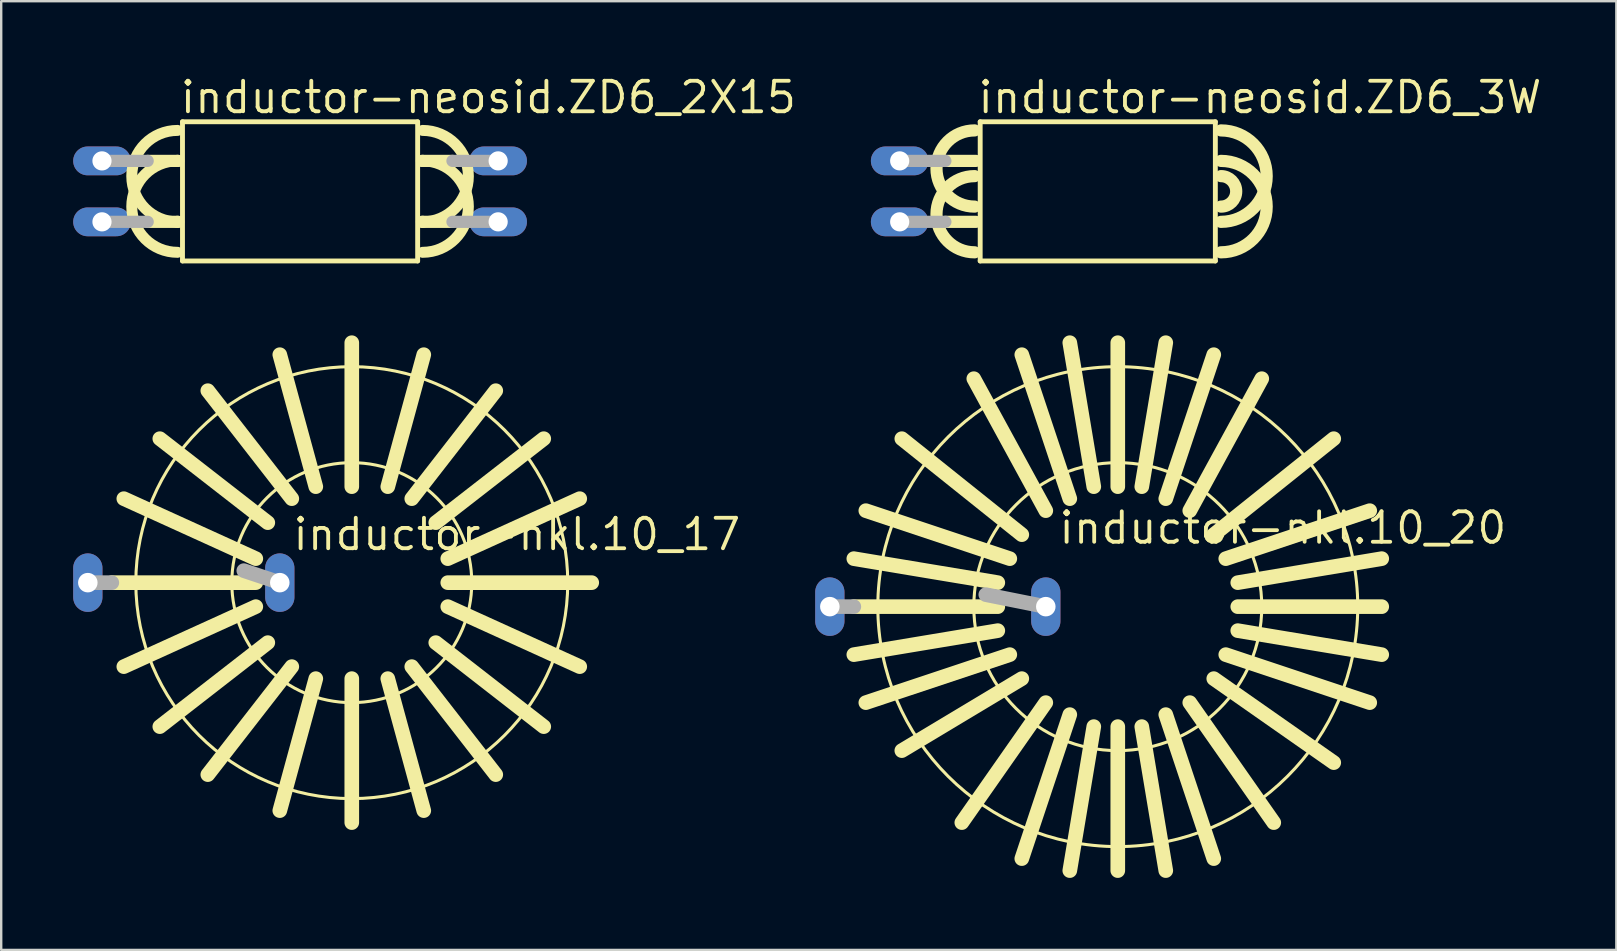
<source format=kicad_pcb>
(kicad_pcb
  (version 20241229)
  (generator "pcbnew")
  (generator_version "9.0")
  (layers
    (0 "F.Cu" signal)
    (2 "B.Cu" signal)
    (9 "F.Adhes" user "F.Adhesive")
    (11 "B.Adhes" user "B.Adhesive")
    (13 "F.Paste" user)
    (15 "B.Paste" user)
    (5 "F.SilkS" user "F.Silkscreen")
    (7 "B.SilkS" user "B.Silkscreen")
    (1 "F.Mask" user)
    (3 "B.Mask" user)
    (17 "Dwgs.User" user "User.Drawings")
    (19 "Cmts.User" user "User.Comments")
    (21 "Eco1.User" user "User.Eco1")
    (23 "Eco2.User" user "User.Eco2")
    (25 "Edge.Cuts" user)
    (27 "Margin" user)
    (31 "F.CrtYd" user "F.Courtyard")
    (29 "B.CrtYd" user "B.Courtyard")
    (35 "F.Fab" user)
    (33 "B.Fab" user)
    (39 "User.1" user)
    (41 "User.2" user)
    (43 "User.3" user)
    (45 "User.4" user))
  (footprint "inductor-neosid.ZD6_3W"
    (layer "F.Cu")
    (at 42.698 4.925)
    (property "Reference" "inductor-neosid.ZD6_3W" (at -5.08 -3.175 0) (layer "F.SilkS") (effects (font (size 1.27 1.27) (thickness 0.16)) (justify left bottom)))
    (attr through_hole)
    (fp_line (start -5.08 -1.27) (end -6.35 -1.27) (stroke (width 0.508) (type default)) (layer "F.SilkS"))
    (fp_line (start -5.08 1.27) (end -6.35 1.27) (stroke (width 0.508) (type default)) (layer "F.SilkS"))
    (fp_line (start -4.9 -2.9) (end -4.9 2.9) (stroke (width 0.203) (type default)) (layer "F.SilkS"))
    (fp_line (start -4.9 2.9) (end 4.9 2.9) (stroke (width 0.203) (type default)) (layer "F.SilkS"))
    (fp_line (start 4.9 -2.9) (end -4.9 -2.9) (stroke (width 0.203) (type default)) (layer "F.SilkS"))
    (fp_line (start 4.9 2.9) (end 4.9 -2.9) (stroke (width 0.203) (type default)) (layer "F.SilkS"))
    (fp_arc (start -5.134 0.635) (mid -6.7215 -0.9525) (end -5.134 -2.54) (stroke (width 0.508) (type default)) (layer "F.SilkS"))
    (fp_arc (start -5.134 2.54) (mid -6.7215 0.9525) (end -5.134 -0.635) (stroke (width 0.508) (type default)) (layer "F.SilkS"))
    (fp_arc (start 5.134 -2.54) (mid 7.039 -0.635) (end 5.134 1.27) (stroke (width 0.508) (type default)) (layer "F.SilkS"))
    (fp_arc (start 5.134 -1.27) (mid 7.039 0.635) (end 5.134 2.54) (stroke (width 0.508) (type default)) (layer "F.SilkS"))
    (fp_arc (start 5.134 -0.635) (mid 5.769 0) (end 5.134 0.635) (stroke (width 0.508) (type default)) (layer "F.SilkS"))
    (fp_line (start -8.255 -1.27) (end -6.35 -1.27) (stroke (width 0.508) (type default)) (layer "F.Fab"))
    (fp_line (start -6.35 1.27) (end -8.255 1.27) (stroke (width 0.508) (type default)) (layer "F.Fab"))
    (pad "1" thru_hole oval (at -8.255 -1.27) (size 2.4 1.2) (drill 0.8) (layers "*.Cu" "*.Mask"))
    (pad "2" thru_hole oval (at -8.255 1.27) (size 2.4 1.2) (drill 0.8) (layers "*.Cu" "*.Mask")))
  (footprint "inductor-neosid.ZD6_2X15"
    (layer "F.Cu")
    (at 9.455 4.925)
    (property "Reference" "inductor-neosid.ZD6_2X15" (at -5.08 -3.175 0) (layer "F.SilkS") (effects (font (size 1.27 1.27) (thickness 0.16)) (justify left bottom)))
    (attr through_hole)
    (fp_line (start -5.109 -1.27) (end -6.35 -1.27) (stroke (width 0.508) (type default)) (layer "F.SilkS"))
    (fp_line (start -5.109 1.27) (end -6.35 1.27) (stroke (width 0.508) (type default)) (layer "F.SilkS"))
    (fp_line (start -5.08 -1.27) (end -5.109 -1.27) (stroke (width 0.508) (type default)) (layer "F.SilkS"))
    (fp_line (start -5.08 1.27) (end -5.109 1.27) (stroke (width 0.508) (type default)) (layer "F.SilkS"))
    (fp_line (start -4.9 -2.9) (end -4.9 2.9) (stroke (width 0.203) (type default)) (layer "F.SilkS"))
    (fp_line (start -4.9 2.9) (end 4.9 2.9) (stroke (width 0.203) (type default)) (layer "F.SilkS"))
    (fp_line (start 4.9 -2.9) (end -4.9 -2.9) (stroke (width 0.203) (type default)) (layer "F.SilkS"))
    (fp_line (start 4.9 2.9) (end 4.9 -2.9) (stroke (width 0.203) (type default)) (layer "F.SilkS"))
    (fp_line (start 5.08 -1.27) (end 5.109 -1.27) (stroke (width 0.508) (type default)) (layer "F.SilkS"))
    (fp_line (start 5.08 1.27) (end 5.109 1.27) (stroke (width 0.508) (type default)) (layer "F.SilkS"))
    (fp_line (start 5.109 -1.27) (end 6.35 -1.27) (stroke (width 0.508) (type default)) (layer "F.SilkS"))
    (fp_line (start 5.109 1.27) (end 6.35 1.27) (stroke (width 0.508) (type default)) (layer "F.SilkS"))
    (fp_arc (start -5.1086 1.27) (mid -7.0136 -0.635) (end -5.1086 -2.54) (stroke (width 0.4572) (type default)) (layer "F.SilkS"))
    (fp_arc (start -5.1086 2.54) (mid -7.0136 0.635) (end -5.1086 -1.27) (stroke (width 0.4572) (type default)) (layer "F.SilkS"))
    (fp_arc (start 5.1086 -2.54) (mid 7.0136 -0.635) (end 5.1086 1.27) (stroke (width 0.4572) (type default)) (layer "F.SilkS"))
    (fp_arc (start 5.1086 -1.27) (mid 7.0136 0.635) (end 5.1086 2.54) (stroke (width 0.4572) (type default)) (layer "F.SilkS"))
    (fp_line (start -8.255 -1.27) (end -6.35 -1.27) (stroke (width 0.508) (type default)) (layer "F.Fab"))
    (fp_line (start -6.35 1.27) (end -8.255 1.27) (stroke (width 0.508) (type default)) (layer "F.Fab"))
    (fp_line (start 6.35 -1.27) (end 8.255 -1.27) (stroke (width 0.508) (type default)) (layer "F.Fab"))
    (fp_line (start 8.255 1.27) (end 6.35 1.27) (stroke (width 0.508) (type default)) (layer "F.Fab"))
    (pad "1" thru_hole oval (at -8.255 -1.27) (size 2.4 1.2) (drill 0.8) (layers "*.Cu" "*.Mask"))
    (pad "2" thru_hole oval (at -8.255 1.27) (size 2.4 1.2) (drill 0.8) (layers "*.Cu" "*.Mask"))
    (pad "3" thru_hole oval (at 8.255 1.27) (size 2.4 1.2) (drill 0.8) (layers "*.Cu" "*.Mask"))
    (pad "4" thru_hole oval (at 8.255 -1.27) (size 2.4 1.2) (drill 0.8) (layers "*.Cu" "*.Mask")))
  (footprint "inductor-nkl.10_17"
    (layer "F.Cu")
    (at 11.61 21.231)
    (property "Reference" "inductor-nkl.10_17" (at -2.54 -1.27 0) (layer "F.SilkS") (effects (font (size 1.27 1.27) (thickness 0.16)) (justify left bottom)))
    (attr through_hole)
    (fp_line (start -10 0) (end -4 0) (stroke (width 0.61) (type default)) (layer "F.SilkS"))
    (fp_line (start -4 -1) (end -9.5 -3.5) (stroke (width 0.61) (type default)) (layer "F.SilkS"))
    (fp_line (start -4 1) (end -9.5 3.5) (stroke (width 0.61) (type default)) (layer "F.SilkS"))
    (fp_line (start -3.5 -2.5) (end -8 -6) (stroke (width 0.61) (type default)) (layer "F.SilkS"))
    (fp_line (start -3.5 2.5) (end -8 6) (stroke (width 0.61) (type default)) (layer "F.SilkS"))
    (fp_line (start -2.5 -3.5) (end -6 -8) (stroke (width 0.61) (type default)) (layer "F.SilkS"))
    (fp_line (start -2.5 3.5) (end -6 8) (stroke (width 0.61) (type default)) (layer "F.SilkS"))
    (fp_line (start -1.5 -4) (end -3 -9.5) (stroke (width 0.61) (type default)) (layer "F.SilkS"))
    (fp_line (start -1.5 4) (end -3 9.5) (stroke (width 0.61) (type default)) (layer "F.SilkS"))
    (fp_line (start 0 -4) (end 0 -10) (stroke (width 0.61) (type default)) (layer "F.SilkS"))
    (fp_line (start 0 4) (end 0 10) (stroke (width 0.61) (type default)) (layer "F.SilkS"))
    (fp_line (start 1.5 -4) (end 3 -9.5) (stroke (width 0.61) (type default)) (layer "F.SilkS"))
    (fp_line (start 1.5 4) (end 3 9.5) (stroke (width 0.61) (type default)) (layer "F.SilkS"))
    (fp_line (start 2.5 -3.5) (end 6 -8) (stroke (width 0.61) (type default)) (layer "F.SilkS"))
    (fp_line (start 2.5 3.5) (end 6 8) (stroke (width 0.61) (type default)) (layer "F.SilkS"))
    (fp_line (start 3.5 -2.5) (end 8 -6) (stroke (width 0.61) (type default)) (layer "F.SilkS"))
    (fp_line (start 3.5 2.5) (end 8 6) (stroke (width 0.61) (type default)) (layer "F.SilkS"))
    (fp_line (start 4 -1) (end 9.5 -3.5) (stroke (width 0.61) (type default)) (layer "F.SilkS"))
    (fp_line (start 4 0) (end 10 0) (stroke (width 0.61) (type default)) (layer "F.SilkS"))
    (fp_line (start 4 1) (end 9.5 3.5) (stroke (width 0.61) (type default)) (layer "F.SilkS"))
    (fp_circle (center 0 0) (end 5 0) (stroke (width 0.127) (type default)) (fill no) (layer "F.SilkS"))
    (fp_circle (center 0 0) (end 9 0) (stroke (width 0.127) (type default)) (fill no) (layer "F.SilkS"))
    (fp_line (start -11 0) (end -10 0) (stroke (width 0.61) (type default)) (layer "F.Fab"))
    (fp_line (start -3 0) (end -4.5 -0.5) (stroke (width 0.61) (type default)) (layer "F.Fab"))
    (pad "1" thru_hole oval (at -11 0 90) (size 2.438 1.219) (drill 0.813) (layers "*.Cu" "*.Mask"))
    (pad "2" thru_hole oval (at -3 0 90) (size 2.438 1.219) (drill 0.813) (layers "*.Cu" "*.Mask")))
  (footprint "inductor-nkl.10_20"
    (layer "F.Cu")
    (at 43.532 22.231)
    (property "Reference" "inductor-nkl.10_20" (at -2.54 -2.54 0) (layer "F.SilkS") (effects (font (size 1.27 1.27) (thickness 0.16)) (justify left bottom)))
    (attr through_hole)
    (fp_line (start -5 -1) (end -11 -2) (stroke (width 0.61) (type default)) (layer "F.SilkS"))
    (fp_line (start -5 0) (end -11 0) (stroke (width 0.61) (type default)) (layer "F.SilkS"))
    (fp_line (start -5 1) (end -11 2) (stroke (width 0.61) (type default)) (layer "F.SilkS"))
    (fp_line (start -4.5 -2) (end -10.5 -4) (stroke (width 0.61) (type default)) (layer "F.SilkS"))
    (fp_line (start -4.5 2) (end -10.5 4) (stroke (width 0.61) (type default)) (layer "F.SilkS"))
    (fp_line (start -4 -3) (end -9 -7) (stroke (width 0.61) (type default)) (layer "F.SilkS"))
    (fp_line (start -4 3) (end -9 6) (stroke (width 0.61) (type default)) (layer "F.SilkS"))
    (fp_line (start -3 -4) (end -6 -9.5) (stroke (width 0.61) (type default)) (layer "F.SilkS"))
    (fp_line (start -3 4) (end -6.5 9) (stroke (width 0.61) (type default)) (layer "F.SilkS"))
    (fp_line (start -2 -4.5) (end -4 -10.5) (stroke (width 0.61) (type default)) (layer "F.SilkS"))
    (fp_line (start -2 4.5) (end -4 10.5) (stroke (width 0.61) (type default)) (layer "F.SilkS"))
    (fp_line (start -2 11) (end -1 5) (stroke (width 0.61) (type default)) (layer "F.SilkS"))
    (fp_line (start -1 -5) (end -2 -11) (stroke (width 0.61) (type default)) (layer "F.SilkS"))
    (fp_line (start 0 -5) (end 0 -11) (stroke (width 0.61) (type default)) (layer "F.SilkS"))
    (fp_line (start 0 5) (end 0 11) (stroke (width 0.61) (type default)) (layer "F.SilkS"))
    (fp_line (start 1 -5) (end 2 -11) (stroke (width 0.61) (type default)) (layer "F.SilkS"))
    (fp_line (start 1 5) (end 2 11) (stroke (width 0.61) (type default)) (layer "F.SilkS"))
    (fp_line (start 2 -4.5) (end 4 -10.5) (stroke (width 0.61) (type default)) (layer "F.SilkS"))
    (fp_line (start 2 4.5) (end 4 10.5) (stroke (width 0.61) (type default)) (layer "F.SilkS"))
    (fp_line (start 3 -4) (end 6 -9.5) (stroke (width 0.61) (type default)) (layer "F.SilkS"))
    (fp_line (start 3 4) (end 6.5 9) (stroke (width 0.61) (type default)) (layer "F.SilkS"))
    (fp_line (start 4 -3) (end 9 -7) (stroke (width 0.61) (type default)) (layer "F.SilkS"))
    (fp_line (start 4 3) (end 9 6.5) (stroke (width 0.61) (type default)) (layer "F.SilkS"))
    (fp_line (start 4.5 -2) (end 10.5 -4) (stroke (width 0.61) (type default)) (layer "F.SilkS"))
    (fp_line (start 4.5 2) (end 10.5 4) (stroke (width 0.61) (type default)) (layer "F.SilkS"))
    (fp_line (start 5 -1) (end 11 -2) (stroke (width 0.61) (type default)) (layer "F.SilkS"))
    (fp_line (start 5 0) (end 11 0) (stroke (width 0.61) (type default)) (layer "F.SilkS"))
    (fp_line (start 5 1) (end 11 2) (stroke (width 0.61) (type default)) (layer "F.SilkS"))
    (fp_circle (center 0 0) (end 6 0) (stroke (width 0.127) (type default)) (fill no) (layer "F.SilkS"))
    (fp_circle (center 0 0) (end 10 0) (stroke (width 0.127) (type default)) (fill no) (layer "F.SilkS"))
    (fp_line (start -12 0) (end -11 0) (stroke (width 0.61) (type default)) (layer "F.Fab"))
    (fp_line (start -5.5 -0.5) (end -3 0) (stroke (width 0.61) (type default)) (layer "F.Fab"))
    (pad "1" thru_hole oval (at -12 0 90) (size 2.438 1.219) (drill 0.813) (layers "*.Cu" "*.Mask"))
    (pad "2" thru_hole oval (at -3 0 90) (size 2.438 1.219) (drill 0.813) (layers "*.Cu" "*.Mask")))
  (gr_rect
    (start -3 -3)
    (end 64.309 36.536)
    (stroke (width 0.1) (type default))
    (fill no)
    (layer "Edge.Cuts")))
</source>
